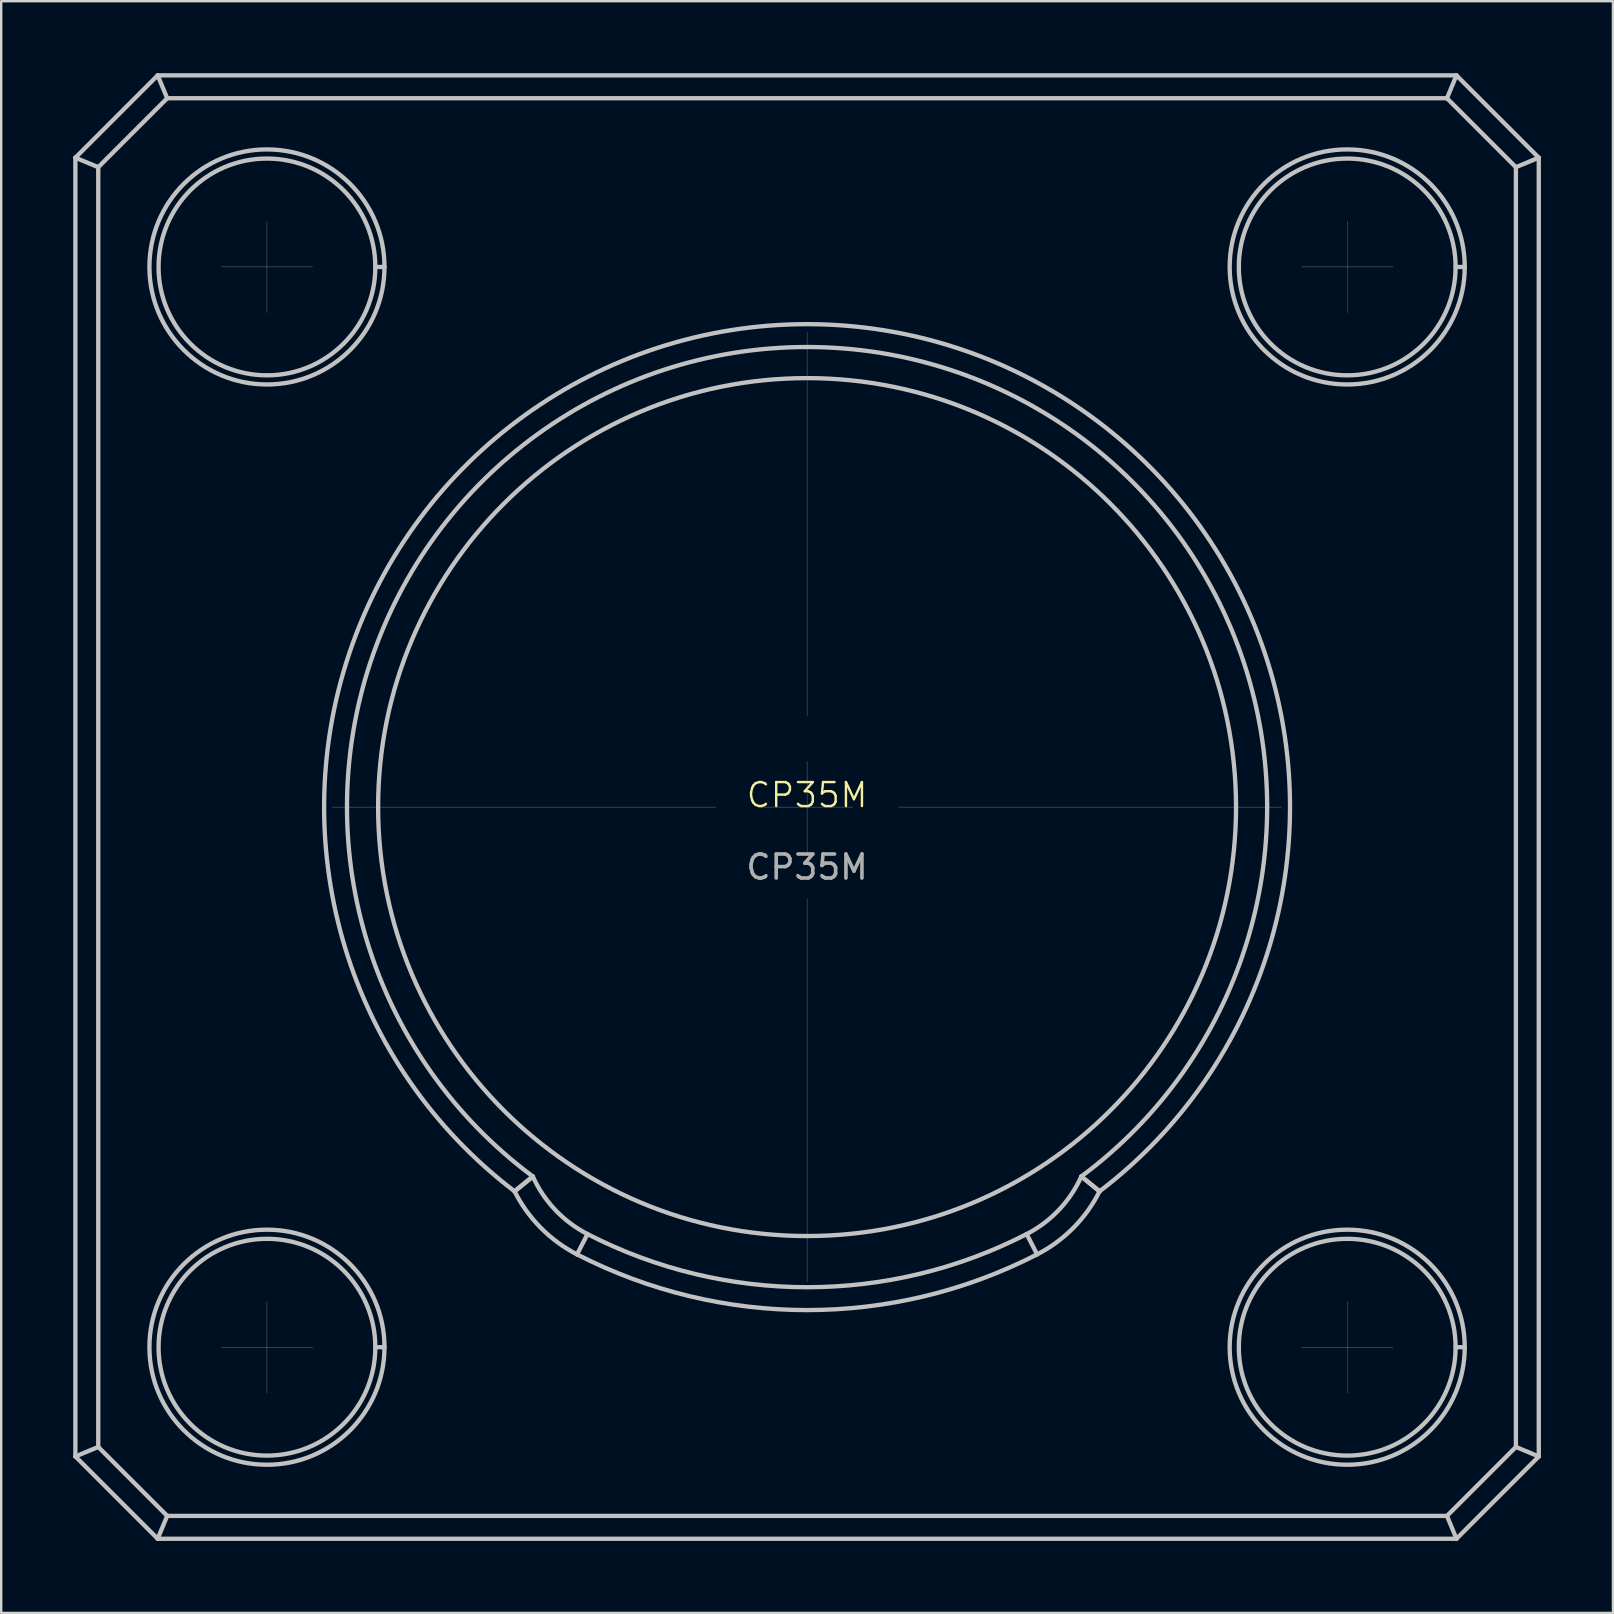
<source format=kicad_pcb>
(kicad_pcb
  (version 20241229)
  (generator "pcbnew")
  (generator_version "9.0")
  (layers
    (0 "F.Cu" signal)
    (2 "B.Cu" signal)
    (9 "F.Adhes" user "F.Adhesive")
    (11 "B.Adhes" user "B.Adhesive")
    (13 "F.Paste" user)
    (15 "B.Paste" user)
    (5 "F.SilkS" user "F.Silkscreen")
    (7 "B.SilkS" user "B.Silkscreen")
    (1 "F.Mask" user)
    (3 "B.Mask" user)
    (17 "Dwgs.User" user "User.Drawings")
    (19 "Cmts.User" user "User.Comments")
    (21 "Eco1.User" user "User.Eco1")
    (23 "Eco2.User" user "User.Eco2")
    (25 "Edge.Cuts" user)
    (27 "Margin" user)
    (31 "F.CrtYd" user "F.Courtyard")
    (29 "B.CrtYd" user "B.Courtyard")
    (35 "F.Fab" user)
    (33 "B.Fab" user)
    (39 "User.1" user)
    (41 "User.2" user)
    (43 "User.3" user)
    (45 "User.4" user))
  (footprint "CP35M"
    (layer "F.Cu")
    (at 30.57 30.57)
    (property "Reference" "CP35M" (at 0 -0.5 0) (unlocked yes) (layer "F.SilkS") (effects (font (size 1 1) (thickness 0.1))))
    (attr smd)
    (fp_line (start -30.48 -27.051) (end -29.527 -26.656) (stroke (width 0.18) (type default)) (layer "Dwgs.User"))
    (fp_line (start -30.48 -27.051) (end -27.051 -30.48) (stroke (width 0.18) (type default)) (layer "Dwgs.User"))
    (fp_line (start -30.48 27.051) (end -30.48 -27.051) (stroke (width 0.18) (type default)) (layer "Dwgs.User"))
    (fp_line (start -30.48 27.051) (end -29.527 26.656) (stroke (width 0.18) (type default)) (layer "Dwgs.User"))
    (fp_line (start -29.527 -26.656) (end -29.527 26.656) (stroke (width 0.18) (type default)) (layer "Dwgs.User"))
    (fp_line (start -29.527 26.656) (end -26.656 29.527) (stroke (width 0.18) (type default)) (layer "Dwgs.User"))
    (fp_line (start -27.051 -30.48) (end 27.051 -30.48) (stroke (width 0.18) (type default)) (layer "Dwgs.User"))
    (fp_line (start -27.051 30.48) (end -30.48 27.051) (stroke (width 0.18) (type default)) (layer "Dwgs.User"))
    (fp_line (start -27.051 30.48) (end -26.656 29.527) (stroke (width 0.18) (type default)) (layer "Dwgs.User"))
    (fp_line (start -26.656 -29.527) (end -29.527 -26.656) (stroke (width 0.18) (type default)) (layer "Dwgs.User"))
    (fp_line (start -26.656 -29.527) (end -27.051 -30.48) (stroke (width 0.18) (type default)) (layer "Dwgs.User"))
    (fp_line (start -26.656 29.527) (end 26.656 29.527) (stroke (width 0.18) (type default)) (layer "Dwgs.User"))
    (fp_line (start -22.5 -22.5) (end -24.405 -22.5) (stroke (width 0.01) (type default)) (layer "Dwgs.User"))
    (fp_line (start -22.5 -22.5) (end -22.5 -24.405) (stroke (width 0.01) (type default)) (layer "Dwgs.User"))
    (fp_line (start -22.5 -22.5) (end -22.5 -20.595) (stroke (width 0.01) (type default)) (layer "Dwgs.User"))
    (fp_line (start -22.5 -22.5) (end -20.595 -22.5) (stroke (width 0.01) (type default)) (layer "Dwgs.User"))
    (fp_line (start -22.5 22.5) (end -24.405 22.5) (stroke (width 0.01) (type default)) (layer "Dwgs.User"))
    (fp_line (start -22.5 22.5) (end -22.5 20.595) (stroke (width 0.01) (type default)) (layer "Dwgs.User"))
    (fp_line (start -22.5 22.5) (end -22.5 24.405) (stroke (width 0.01) (type default)) (layer "Dwgs.User"))
    (fp_line (start -22.5 22.5) (end -20.595 22.5) (stroke (width 0.01) (type default)) (layer "Dwgs.User"))
    (fp_line (start -17.985 -22.5) (end -17.604 -22.5) (stroke (width 0.18) (type default)) (layer "Dwgs.User"))
    (fp_line (start -17.985 22.5) (end -17.604 22.5) (stroke (width 0.18) (type default)) (layer "Dwgs.User"))
    (fp_line (start -12.184 16.007) (end -11.425 15.387) (stroke (width 0.18) (type default)) (layer "Dwgs.User"))
    (fp_line (start -11.425 15.387) (end -12.184 16.007) (stroke (width 0.18) (type default)) (layer "Dwgs.User"))
    (fp_line (start -9.147 17.787) (end -9.583 18.634) (stroke (width 0.18) (type default)) (layer "Dwgs.User"))
    (fp_line (start -3.81 0) (end -19.774 0) (stroke (width 0.01) (type default)) (layer "Dwgs.User"))
    (fp_line (start 0 -3.81) (end 0 -19.774) (stroke (width 0.01) (type default)) (layer "Dwgs.User"))
    (fp_line (start 0 0) (end -1.905 0) (stroke (width 0.01) (type default)) (layer "Dwgs.User"))
    (fp_line (start 0 0) (end 0 -1.905) (stroke (width 0.01) (type default)) (layer "Dwgs.User"))
    (fp_line (start 0 0) (end 0 1.905) (stroke (width 0.01) (type default)) (layer "Dwgs.User"))
    (fp_line (start 0 0) (end 1.905 0) (stroke (width 0.01) (type default)) (layer "Dwgs.User"))
    (fp_line (start 0 3.81) (end 0 19.774) (stroke (width 0.01) (type default)) (layer "Dwgs.User"))
    (fp_line (start 3.81 0) (end 19.774 0) (stroke (width 0.01) (type default)) (layer "Dwgs.User"))
    (fp_line (start 9.147 17.787) (end 9.583 18.634) (stroke (width 0.18) (type default)) (layer "Dwgs.User"))
    (fp_line (start 11.425 15.387) (end 12.184 16.007) (stroke (width 0.18) (type default)) (layer "Dwgs.User"))
    (fp_line (start 12.184 16.007) (end 11.425 15.387) (stroke (width 0.18) (type default)) (layer "Dwgs.User"))
    (fp_line (start 22.5 -22.5) (end 20.595 -22.5) (stroke (width 0.01) (type default)) (layer "Dwgs.User"))
    (fp_line (start 22.5 -22.5) (end 22.5 -24.405) (stroke (width 0.01) (type default)) (layer "Dwgs.User"))
    (fp_line (start 22.5 -22.5) (end 22.5 -20.595) (stroke (width 0.01) (type default)) (layer "Dwgs.User"))
    (fp_line (start 22.5 -22.5) (end 24.405 -22.5) (stroke (width 0.01) (type default)) (layer "Dwgs.User"))
    (fp_line (start 22.5 22.5) (end 20.595 22.5) (stroke (width 0.01) (type default)) (layer "Dwgs.User"))
    (fp_line (start 22.5 22.5) (end 22.5 20.595) (stroke (width 0.01) (type default)) (layer "Dwgs.User"))
    (fp_line (start 22.5 22.5) (end 22.5 24.405) (stroke (width 0.01) (type default)) (layer "Dwgs.User"))
    (fp_line (start 22.5 22.5) (end 24.405 22.5) (stroke (width 0.01) (type default)) (layer "Dwgs.User"))
    (fp_line (start 26.656 -29.527) (end -26.656 -29.527) (stroke (width 0.18) (type default)) (layer "Dwgs.User"))
    (fp_line (start 26.656 -29.527) (end 27.051 -30.48) (stroke (width 0.18) (type default)) (layer "Dwgs.User"))
    (fp_line (start 26.656 29.527) (end 29.527 26.656) (stroke (width 0.18) (type default)) (layer "Dwgs.User"))
    (fp_line (start 27.015 -22.5) (end 27.396 -22.5) (stroke (width 0.18) (type default)) (layer "Dwgs.User"))
    (fp_line (start 27.051 -30.48) (end 30.48 -27.051) (stroke (width 0.18) (type default)) (layer "Dwgs.User"))
    (fp_line (start 27.051 30.48) (end -27.051 30.48) (stroke (width 0.18) (type default)) (layer "Dwgs.User"))
    (fp_line (start 27.051 30.48) (end 26.656 29.527) (stroke (width 0.18) (type default)) (layer "Dwgs.User"))
    (fp_line (start 27.396 22.5) (end 27.015 22.5) (stroke (width 0.18) (type default)) (layer "Dwgs.User"))
    (fp_line (start 29.527 -26.656) (end 26.656 -29.527) (stroke (width 0.18) (type default)) (layer "Dwgs.User"))
    (fp_line (start 29.527 -26.656) (end 30.48 -27.051) (stroke (width 0.18) (type default)) (layer "Dwgs.User"))
    (fp_line (start 29.527 26.656) (end 29.527 -26.656) (stroke (width 0.18) (type default)) (layer "Dwgs.User"))
    (fp_line (start 29.527 26.656) (end 30.48 27.051) (stroke (width 0.18) (type default)) (layer "Dwgs.User"))
    (fp_line (start 30.48 -27.051) (end 30.48 27.051) (stroke (width 0.18) (type default)) (layer "Dwgs.User"))
    (fp_line (start 30.48 27.051) (end 27.051 30.48) (stroke (width 0.18) (type default)) (layer "Dwgs.User"))
    (fp_arc (start -12.183993 16.007372) (mid 0 -20.1168) (end 12.183993 16.007372) (stroke (width 0.18) (type default)) (layer "Dwgs.User"))
    (fp_arc (start -11.424657 15.386605) (mid 0 -19.1643) (end 11.424657 15.386605) (stroke (width 0.18) (type default)) (layer "Dwgs.User"))
    (fp_arc (start -9.583079 18.634219) (mid -11.092381 17.52758) (end -12.184023 16.007396) (stroke (width 0.18) (type default)) (layer "Dwgs.User"))
    (fp_arc (start -9.147485 17.787157) (mid -10.490121 16.780444) (end -11.424651 15.3866) (stroke (width 0.18) (type default)) (layer "Dwgs.User"))
    (fp_arc (start 9.147484 17.787156) (mid 0 20.001359) (end -9.147485 17.787157) (stroke (width 0.18) (type default)) (layer "Dwgs.User"))
    (fp_arc (start 9.583079 18.634219) (mid 0 20.953859) (end -9.583079 18.634219) (stroke (width 0.18) (type default)) (layer "Dwgs.User"))
    (fp_arc (start 11.424656 15.386604) (mid 10.490117 16.780436) (end 9.14749 17.787167) (stroke (width 0.18) (type default)) (layer "Dwgs.User"))
    (fp_arc (start 12.183991 16.00737) (mid 11.092378 17.527573) (end 9.583079 18.634219) (stroke (width 0.18) (type default)) (layer "Dwgs.User"))
    (fp_circle (center -22.5 -22.5) (end -17.985 -22.5) (stroke (width 0.18) (type default)) (fill no) (layer "Dwgs.User"))
    (fp_circle (center -22.5 -22.5) (end -17.604 -22.5) (stroke (width 0.18) (type default)) (fill no) (layer "Dwgs.User"))
    (fp_circle (center -22.5 22.5) (end -17.985 22.5) (stroke (width 0.18) (type default)) (fill no) (layer "Dwgs.User"))
    (fp_circle (center -22.5 22.5) (end -17.604 22.5) (stroke (width 0.18) (type default)) (fill no) (layer "Dwgs.User"))
    (fp_circle (center 0 0) (end 17.869 0) (stroke (width 0.18) (type default)) (fill no) (layer "Dwgs.User"))
    (fp_circle (center 22.5 -22.5) (end 27.015 -22.5) (stroke (width 0.18) (type default)) (fill no) (layer "Dwgs.User"))
    (fp_circle (center 22.5 -22.5) (end 27.396 -22.5) (stroke (width 0.18) (type default)) (fill no) (layer "Dwgs.User"))
    (fp_circle (center 22.5 22.5) (end 27.015 22.5) (stroke (width 0.18) (type default)) (fill no) (layer "Dwgs.User"))
    (fp_circle (center 22.5 22.5) (end 27.396 22.5) (stroke (width 0.18) (type default)) (fill no) (layer "Dwgs.User"))
    (fp_text user "${REFERENCE}" (at 0 2.5 0) (unlocked yes) (layer "F.Fab") (effects (font (size 1 1) (thickness 0.15)))))
  (gr_rect
    (start -3 -3)
    (end 64.14 64.14)
    (stroke (width 0.1) (type default))
    (fill no)
    (layer "Edge.Cuts")))
</source>
